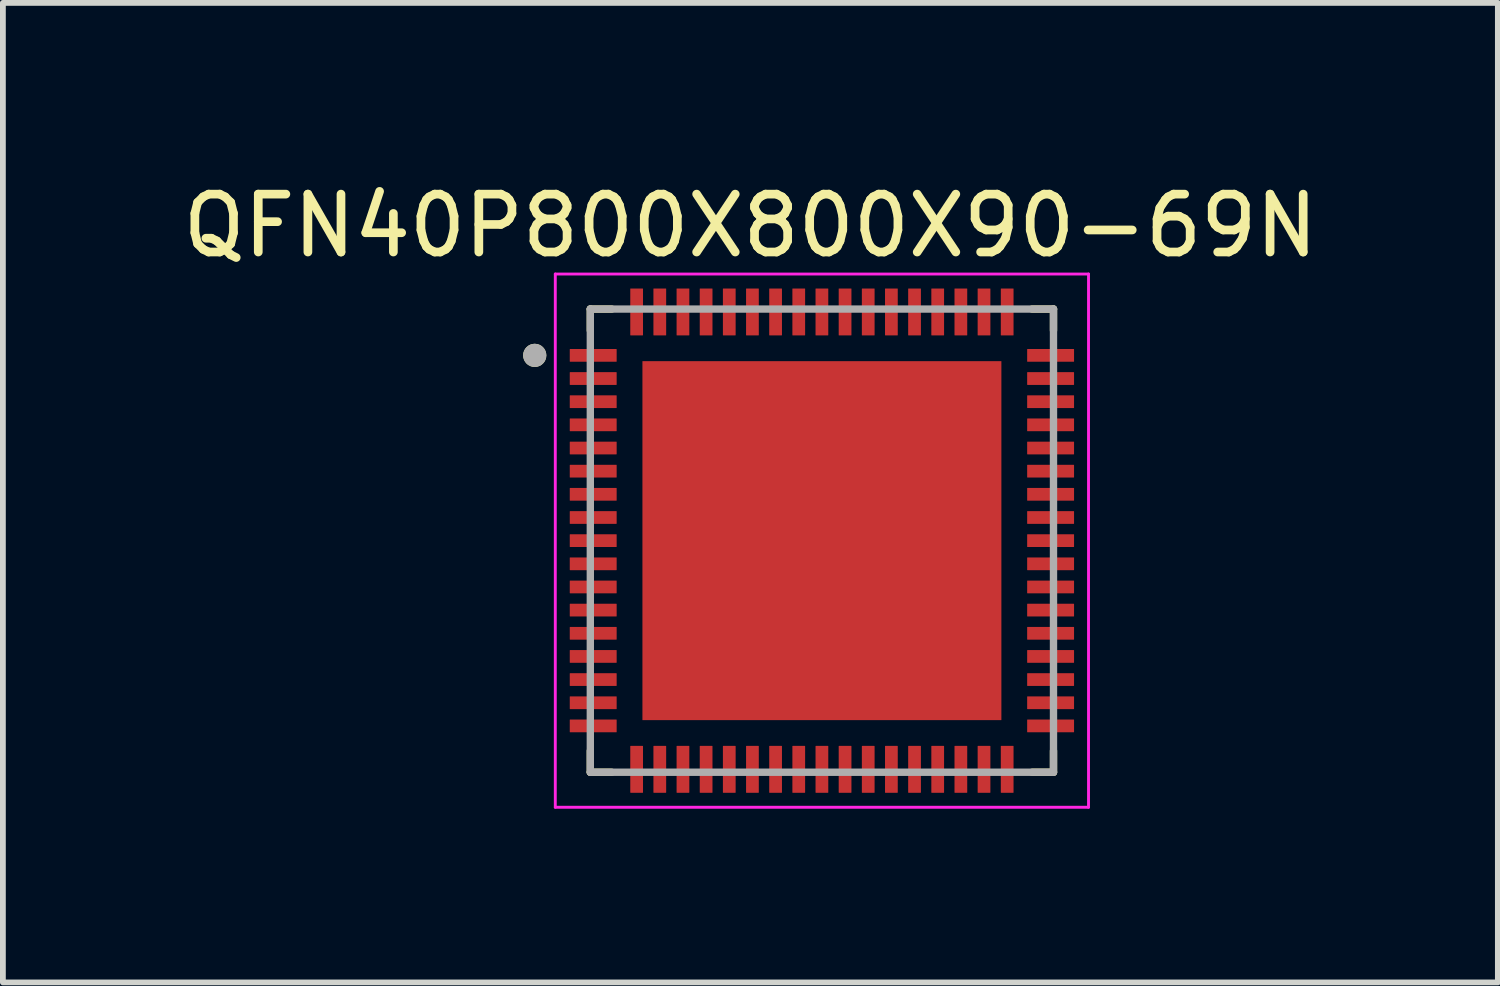
<source format=kicad_pcb>
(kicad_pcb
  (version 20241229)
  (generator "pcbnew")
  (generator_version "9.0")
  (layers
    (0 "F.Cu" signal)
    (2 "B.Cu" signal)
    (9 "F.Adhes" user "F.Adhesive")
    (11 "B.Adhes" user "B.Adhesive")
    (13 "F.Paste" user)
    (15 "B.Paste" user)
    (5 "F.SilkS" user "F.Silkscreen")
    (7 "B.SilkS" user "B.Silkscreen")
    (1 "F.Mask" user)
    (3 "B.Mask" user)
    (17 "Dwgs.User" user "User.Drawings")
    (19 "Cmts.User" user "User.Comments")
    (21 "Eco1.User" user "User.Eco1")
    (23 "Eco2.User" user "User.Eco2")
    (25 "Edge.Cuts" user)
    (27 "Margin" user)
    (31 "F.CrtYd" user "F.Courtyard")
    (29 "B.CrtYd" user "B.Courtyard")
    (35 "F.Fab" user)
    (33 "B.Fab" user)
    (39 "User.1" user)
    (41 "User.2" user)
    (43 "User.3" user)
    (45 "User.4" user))
  (footprint "QFN40P800X800X90-69N"
    (layer "F.Cu")
    (at 11.146 6.288)
    (property "Reference" "QFN40P800X800X90-69N" (at -1.235 -5.44 0) (layer "F.SilkS") (effects (font (size 1 1) (thickness 0.15))))
    (attr through_hole)
    (fp_line (start -4 -4) (end -4 -3.63) (stroke (width 0.127) (type solid)) (layer "F.SilkS"))
    (fp_line (start -4 -4) (end -3.63 -4) (stroke (width 0.127) (type solid)) (layer "F.SilkS"))
    (fp_line (start -4 4) (end -4 3.63) (stroke (width 0.127) (type solid)) (layer "F.SilkS"))
    (fp_line (start -4 4) (end -3.63 4) (stroke (width 0.127) (type solid)) (layer "F.SilkS"))
    (fp_line (start 4 -4) (end 3.63 -4) (stroke (width 0.127) (type solid)) (layer "F.SilkS"))
    (fp_line (start 4 -4) (end 4 -3.63) (stroke (width 0.127) (type solid)) (layer "F.SilkS"))
    (fp_line (start 4 4) (end 3.63 4) (stroke (width 0.127) (type solid)) (layer "F.SilkS"))
    (fp_line (start 4 4) (end 4 3.63) (stroke (width 0.127) (type solid)) (layer "F.SilkS"))
    (fp_circle (center -4.96 -3.2) (end -4.86 -3.2) (stroke (width 0.2) (type solid)) (fill no) (layer "F.SilkS"))
    (fp_poly (pts (xy -2.715 -2.715) (xy -1.415 -2.715) (xy -1.415 -1.415) (xy -2.715 -1.415)) (stroke (width 0.01) (type solid)) (fill yes) (layer "F.Paste"))
    (fp_poly (pts (xy -2.715 -0.645) (xy -1.415 -0.645) (xy -1.415 0.655) (xy -2.715 0.655)) (stroke (width 0.01) (type solid)) (fill yes) (layer "F.Paste"))
    (fp_poly (pts (xy -2.715 1.425) (xy -1.415 1.425) (xy -1.415 2.725) (xy -2.715 2.725)) (stroke (width 0.01) (type solid)) (fill yes) (layer "F.Paste"))
    (fp_poly (pts (xy -0.645 -2.715) (xy 0.655 -2.715) (xy 0.655 -1.415) (xy -0.645 -1.415)) (stroke (width 0.01) (type solid)) (fill yes) (layer "F.Paste"))
    (fp_poly (pts (xy -0.645 -0.645) (xy 0.655 -0.645) (xy 0.655 0.655) (xy -0.645 0.655)) (stroke (width 0.01) (type solid)) (fill yes) (layer "F.Paste"))
    (fp_poly (pts (xy -0.645 1.425) (xy 0.655 1.425) (xy 0.655 2.725) (xy -0.645 2.725)) (stroke (width 0.01) (type solid)) (fill yes) (layer "F.Paste"))
    (fp_poly (pts (xy 1.425 -2.715) (xy 2.725 -2.715) (xy 2.725 -1.415) (xy 1.425 -1.415)) (stroke (width 0.01) (type solid)) (fill yes) (layer "F.Paste"))
    (fp_poly (pts (xy 1.425 -0.645) (xy 2.725 -0.645) (xy 2.725 0.655) (xy 1.425 0.655)) (stroke (width 0.01) (type solid)) (fill yes) (layer "F.Paste"))
    (fp_poly (pts (xy 1.425 1.425) (xy 2.725 1.425) (xy 2.725 2.725) (xy 1.425 2.725)) (stroke (width 0.01) (type solid)) (fill yes) (layer "F.Paste"))
    (fp_line (start -4.605 -4.605) (end 4.605 -4.605) (stroke (width 0.05) (type solid)) (layer "F.CrtYd"))
    (fp_line (start -4.605 4.605) (end -4.605 -4.605) (stroke (width 0.05) (type solid)) (layer "F.CrtYd"))
    (fp_line (start -4.605 4.605) (end 4.605 4.605) (stroke (width 0.05) (type solid)) (layer "F.CrtYd"))
    (fp_line (start 4.605 4.605) (end 4.605 -4.605) (stroke (width 0.05) (type solid)) (layer "F.CrtYd"))
    (fp_line (start -4 4) (end -4 -4) (stroke (width 0.127) (type solid)) (layer "F.Fab"))
    (fp_line (start 4 -4) (end -4 -4) (stroke (width 0.127) (type solid)) (layer "F.Fab"))
    (fp_line (start 4 4) (end -4 4) (stroke (width 0.127) (type solid)) (layer "F.Fab"))
    (fp_line (start 4 4) (end 4 -4) (stroke (width 0.127) (type solid)) (layer "F.Fab"))
    (fp_circle (center -4.96 -3.2) (end -4.86 -3.2) (stroke (width 0.2) (type solid)) (fill no) (layer "F.Fab"))
    (pad "1" smd roundrect (at -3.95 -3.2) (size 0.81 0.22) (layers "F.Cu" "F.Mask" "F.Paste") (roundrect_rratio 0.03))
    (pad "2" smd roundrect (at -3.95 -2.8) (size 0.81 0.22) (layers "F.Cu" "F.Mask" "F.Paste") (roundrect_rratio 0.03))
    (pad "3" smd roundrect (at -3.95 -2.4) (size 0.81 0.22) (layers "F.Cu" "F.Mask" "F.Paste") (roundrect_rratio 0.03))
    (pad "4" smd roundrect (at -3.95 -2) (size 0.81 0.22) (layers "F.Cu" "F.Mask" "F.Paste") (roundrect_rratio 0.03))
    (pad "5" smd roundrect (at -3.95 -1.6) (size 0.81 0.22) (layers "F.Cu" "F.Mask" "F.Paste") (roundrect_rratio 0.03))
    (pad "6" smd roundrect (at -3.95 -1.2) (size 0.81 0.22) (layers "F.Cu" "F.Mask" "F.Paste") (roundrect_rratio 0.03))
    (pad "7" smd roundrect (at -3.95 -0.8) (size 0.81 0.22) (layers "F.Cu" "F.Mask" "F.Paste") (roundrect_rratio 0.03))
    (pad "8" smd roundrect (at -3.95 -0.4) (size 0.81 0.22) (layers "F.Cu" "F.Mask" "F.Paste") (roundrect_rratio 0.03))
    (pad "9" smd roundrect (at -3.95 0) (size 0.81 0.22) (layers "F.Cu" "F.Mask" "F.Paste") (roundrect_rratio 0.03))
    (pad "10" smd roundrect (at -3.95 0.4) (size 0.81 0.22) (layers "F.Cu" "F.Mask" "F.Paste") (roundrect_rratio 0.03))
    (pad "11" smd roundrect (at -3.95 0.8) (size 0.81 0.22) (layers "F.Cu" "F.Mask" "F.Paste") (roundrect_rratio 0.03))
    (pad "12" smd roundrect (at -3.95 1.2) (size 0.81 0.22) (layers "F.Cu" "F.Mask" "F.Paste") (roundrect_rratio 0.03))
    (pad "13" smd roundrect (at -3.95 1.6) (size 0.81 0.22) (layers "F.Cu" "F.Mask" "F.Paste") (roundrect_rratio 0.03))
    (pad "14" smd roundrect (at -3.95 2) (size 0.81 0.22) (layers "F.Cu" "F.Mask" "F.Paste") (roundrect_rratio 0.03))
    (pad "15" smd roundrect (at -3.95 2.4) (size 0.81 0.22) (layers "F.Cu" "F.Mask" "F.Paste") (roundrect_rratio 0.03))
    (pad "16" smd roundrect (at -3.95 2.8) (size 0.81 0.22) (layers "F.Cu" "F.Mask" "F.Paste") (roundrect_rratio 0.03))
    (pad "17" smd roundrect (at -3.95 3.2) (size 0.81 0.22) (layers "F.Cu" "F.Mask" "F.Paste") (roundrect_rratio 0.03))
    (pad "18" smd roundrect (at -3.2 3.95 90) (size 0.81 0.22) (layers "F.Cu" "F.Mask" "F.Paste") (roundrect_rratio 0.03))
    (pad "19" smd roundrect (at -2.8 3.95 90) (size 0.81 0.22) (layers "F.Cu" "F.Mask" "F.Paste") (roundrect_rratio 0.03))
    (pad "20" smd roundrect (at -2.4 3.95 90) (size 0.81 0.22) (layers "F.Cu" "F.Mask" "F.Paste") (roundrect_rratio 0.03))
    (pad "21" smd roundrect (at -2 3.95 90) (size 0.81 0.22) (layers "F.Cu" "F.Mask" "F.Paste") (roundrect_rratio 0.03))
    (pad "22" smd roundrect (at -1.6 3.95 90) (size 0.81 0.22) (layers "F.Cu" "F.Mask" "F.Paste") (roundrect_rratio 0.03))
    (pad "23" smd roundrect (at -1.2 3.95 90) (size 0.81 0.22) (layers "F.Cu" "F.Mask" "F.Paste") (roundrect_rratio 0.03))
    (pad "24" smd roundrect (at -0.8 3.95 90) (size 0.81 0.22) (layers "F.Cu" "F.Mask" "F.Paste") (roundrect_rratio 0.03))
    (pad "25" smd roundrect (at -0.4 3.95 90) (size 0.81 0.22) (layers "F.Cu" "F.Mask" "F.Paste") (roundrect_rratio 0.03))
    (pad "26" smd roundrect (at 0 3.95 90) (size 0.81 0.22) (layers "F.Cu" "F.Mask" "F.Paste") (roundrect_rratio 0.03))
    (pad "27" smd roundrect (at 0.4 3.95 90) (size 0.81 0.22) (layers "F.Cu" "F.Mask" "F.Paste") (roundrect_rratio 0.03))
    (pad "28" smd roundrect (at 0.8 3.95 90) (size 0.81 0.22) (layers "F.Cu" "F.Mask" "F.Paste") (roundrect_rratio 0.03))
    (pad "29" smd roundrect (at 1.2 3.95 90) (size 0.81 0.22) (layers "F.Cu" "F.Mask" "F.Paste") (roundrect_rratio 0.03))
    (pad "30" smd roundrect (at 1.6 3.95 90) (size 0.81 0.22) (layers "F.Cu" "F.Mask" "F.Paste") (roundrect_rratio 0.03))
    (pad "31" smd roundrect (at 2 3.95 90) (size 0.81 0.22) (layers "F.Cu" "F.Mask" "F.Paste") (roundrect_rratio 0.03))
    (pad "32" smd roundrect (at 2.4 3.95 90) (size 0.81 0.22) (layers "F.Cu" "F.Mask" "F.Paste") (roundrect_rratio 0.03))
    (pad "33" smd roundrect (at 2.8 3.95 90) (size 0.81 0.22) (layers "F.Cu" "F.Mask" "F.Paste") (roundrect_rratio 0.03))
    (pad "34" smd roundrect (at 3.2 3.95 90) (size 0.81 0.22) (layers "F.Cu" "F.Mask" "F.Paste") (roundrect_rratio 0.03))
    (pad "35" smd roundrect (at 3.95 3.2) (size 0.81 0.22) (layers "F.Cu" "F.Mask" "F.Paste") (roundrect_rratio 0.03))
    (pad "36" smd roundrect (at 3.95 2.8) (size 0.81 0.22) (layers "F.Cu" "F.Mask" "F.Paste") (roundrect_rratio 0.03))
    (pad "37" smd roundrect (at 3.95 2.4) (size 0.81 0.22) (layers "F.Cu" "F.Mask" "F.Paste") (roundrect_rratio 0.03))
    (pad "38" smd roundrect (at 3.95 2) (size 0.81 0.22) (layers "F.Cu" "F.Mask" "F.Paste") (roundrect_rratio 0.03))
    (pad "39" smd roundrect (at 3.95 1.6) (size 0.81 0.22) (layers "F.Cu" "F.Mask" "F.Paste") (roundrect_rratio 0.03))
    (pad "40" smd roundrect (at 3.95 1.2) (size 0.81 0.22) (layers "F.Cu" "F.Mask" "F.Paste") (roundrect_rratio 0.03))
    (pad "41" smd roundrect (at 3.95 0.8) (size 0.81 0.22) (layers "F.Cu" "F.Mask" "F.Paste") (roundrect_rratio 0.03))
    (pad "42" smd roundrect (at 3.95 0.4) (size 0.81 0.22) (layers "F.Cu" "F.Mask" "F.Paste") (roundrect_rratio 0.03))
    (pad "43" smd roundrect (at 3.95 0) (size 0.81 0.22) (layers "F.Cu" "F.Mask" "F.Paste") (roundrect_rratio 0.03))
    (pad "44" smd roundrect (at 3.95 -0.4) (size 0.81 0.22) (layers "F.Cu" "F.Mask" "F.Paste") (roundrect_rratio 0.03))
    (pad "45" smd roundrect (at 3.95 -0.8) (size 0.81 0.22) (layers "F.Cu" "F.Mask" "F.Paste") (roundrect_rratio 0.03))
    (pad "46" smd roundrect (at 3.95 -1.2) (size 0.81 0.22) (layers "F.Cu" "F.Mask" "F.Paste") (roundrect_rratio 0.03))
    (pad "47" smd roundrect (at 3.95 -1.6) (size 0.81 0.22) (layers "F.Cu" "F.Mask" "F.Paste") (roundrect_rratio 0.03))
    (pad "48" smd roundrect (at 3.95 -2) (size 0.81 0.22) (layers "F.Cu" "F.Mask" "F.Paste") (roundrect_rratio 0.03))
    (pad "49" smd roundrect (at 3.95 -2.4) (size 0.81 0.22) (layers "F.Cu" "F.Mask" "F.Paste") (roundrect_rratio 0.03))
    (pad "50" smd roundrect (at 3.95 -2.8) (size 0.81 0.22) (layers "F.Cu" "F.Mask" "F.Paste") (roundrect_rratio 0.03))
    (pad "51" smd roundrect (at 3.95 -3.2) (size 0.81 0.22) (layers "F.Cu" "F.Mask" "F.Paste") (roundrect_rratio 0.03))
    (pad "52" smd roundrect (at 3.2 -3.95 90) (size 0.81 0.22) (layers "F.Cu" "F.Mask" "F.Paste") (roundrect_rratio 0.03))
    (pad "53" smd roundrect (at 2.8 -3.95 90) (size 0.81 0.22) (layers "F.Cu" "F.Mask" "F.Paste") (roundrect_rratio 0.03))
    (pad "54" smd roundrect (at 2.4 -3.95 90) (size 0.81 0.22) (layers "F.Cu" "F.Mask" "F.Paste") (roundrect_rratio 0.03))
    (pad "55" smd roundrect (at 2 -3.95 90) (size 0.81 0.22) (layers "F.Cu" "F.Mask" "F.Paste") (roundrect_rratio 0.03))
    (pad "56" smd roundrect (at 1.6 -3.95 90) (size 0.81 0.22) (layers "F.Cu" "F.Mask" "F.Paste") (roundrect_rratio 0.03))
    (pad "57" smd roundrect (at 1.2 -3.95 90) (size 0.81 0.22) (layers "F.Cu" "F.Mask" "F.Paste") (roundrect_rratio 0.03))
    (pad "58" smd roundrect (at 0.8 -3.95 90) (size 0.81 0.22) (layers "F.Cu" "F.Mask" "F.Paste") (roundrect_rratio 0.03))
    (pad "59" smd roundrect (at 0.4 -3.95 90) (size 0.81 0.22) (layers "F.Cu" "F.Mask" "F.Paste") (roundrect_rratio 0.03))
    (pad "60" smd roundrect (at 0 -3.95 90) (size 0.81 0.22) (layers "F.Cu" "F.Mask" "F.Paste") (roundrect_rratio 0.03))
    (pad "61" smd roundrect (at -0.4 -3.95 90) (size 0.81 0.22) (layers "F.Cu" "F.Mask" "F.Paste") (roundrect_rratio 0.03))
    (pad "62" smd roundrect (at -0.8 -3.95 90) (size 0.81 0.22) (layers "F.Cu" "F.Mask" "F.Paste") (roundrect_rratio 0.03))
    (pad "63" smd roundrect (at -1.2 -3.95 90) (size 0.81 0.22) (layers "F.Cu" "F.Mask" "F.Paste") (roundrect_rratio 0.03))
    (pad "64" smd roundrect (at -1.6 -3.95 90) (size 0.81 0.22) (layers "F.Cu" "F.Mask" "F.Paste") (roundrect_rratio 0.03))
    (pad "65" smd roundrect (at -2 -3.95 90) (size 0.81 0.22) (layers "F.Cu" "F.Mask" "F.Paste") (roundrect_rratio 0.03))
    (pad "66" smd roundrect (at -2.4 -3.95 90) (size 0.81 0.22) (layers "F.Cu" "F.Mask" "F.Paste") (roundrect_rratio 0.03))
    (pad "67" smd roundrect (at -2.8 -3.95 90) (size 0.81 0.22) (layers "F.Cu" "F.Mask" "F.Paste") (roundrect_rratio 0.03))
    (pad "68" smd roundrect (at -3.2 -3.95 90) (size 0.81 0.22) (layers "F.Cu" "F.Mask" "F.Paste") (roundrect_rratio 0.03))
    (pad "69" smd rect (at 0 0) (size 6.2 6.2) (layers "F.Cu" "F.Mask")))
  (gr_rect
    (start -3 -3)
    (end 22.821 13.918)
    (stroke (width 0.1) (type default))
    (fill no)
    (layer "Edge.Cuts")))
</source>
